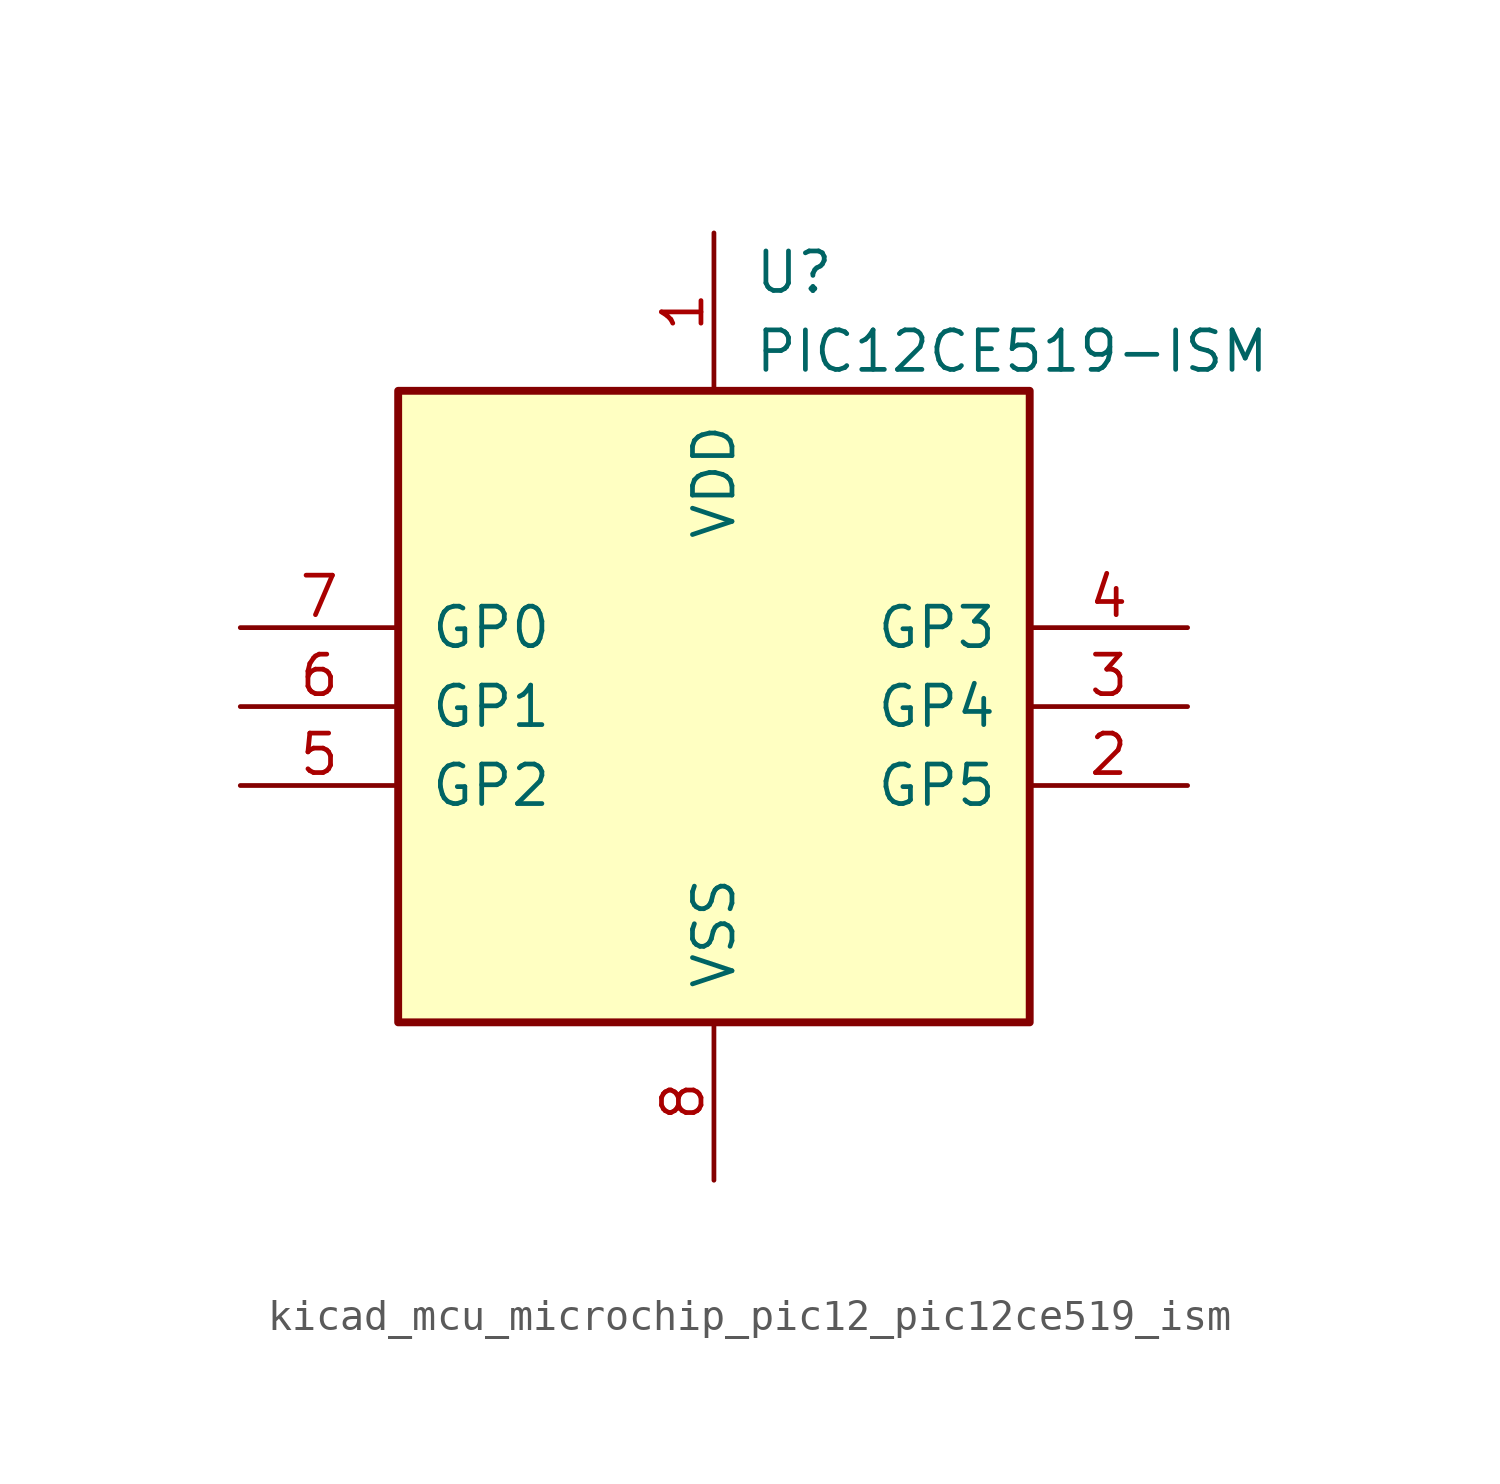
<source format=kicad_sym>
(kicad_symbol_lib
  (version 20220914)
  (generator kicad_symbol_editor)
  (symbol "kicad_mcu_microchip_pic12_pic12ce519_ism"
    (pin_names
      (offset 1.016))
    (property "Reference" "U"
      (at 1.27 13.97 0)
      (effects (font (size 1.27 1.27)) (justify left)))
    (property "Value" "PIC12CE519-ISM"
      (at 1.27 11.43 0)
      (effects (font (size 1.27 1.27)) (justify left)))
    (symbol "kicad_mcu_microchip_pic12_pic12ce519_ism_0_1"
      (rectangle (start 10.16 -10.16) (end -10.16 10.16) (stroke (width 0.254) (type default)) (fill (type background))))
    (symbol "kicad_mcu_microchip_pic12_pic12ce519_ism_1_1"
      (pin power_in line (at 0 15.24 270) (length 5.08) (name "VDD" (effects (font (size 1.27 1.27)))) (number "1" (effects (font (size 1.27 1.27)))))
      (pin bidirectional line (at 15.24 -2.54 180) (length 5.08) (name "GP5" (effects (font (size 1.27 1.27)))) (number "2" (effects (font (size 1.27 1.27)))))
      (pin bidirectional line (at 15.24 0 180) (length 5.08) (name "GP4" (effects (font (size 1.27 1.27)))) (number "3" (effects (font (size 1.27 1.27)))))
      (pin input line (at 15.24 2.54 180) (length 5.08) (name "GP3" (effects (font (size 1.27 1.27)))) (number "4" (effects (font (size 1.27 1.27)))))
      (pin bidirectional line (at -15.24 -2.54 0) (length 5.08) (name "GP2" (effects (font (size 1.27 1.27)))) (number "5" (effects (font (size 1.27 1.27)))))
      (pin bidirectional line (at -15.24 0 0) (length 5.08) (name "GP1" (effects (font (size 1.27 1.27)))) (number "6" (effects (font (size 1.27 1.27)))))
      (pin bidirectional line (at -15.24 2.54 0) (length 5.08) (name "GP0" (effects (font (size 1.27 1.27)))) (number "7" (effects (font (size 1.27 1.27)))))
      (pin power_in line (at 0 -15.24 90) (length 5.08) (name "VSS" (effects (font (size 1.27 1.27)))) (number "8" (effects (font (size 1.27 1.27))))))))
</source>
